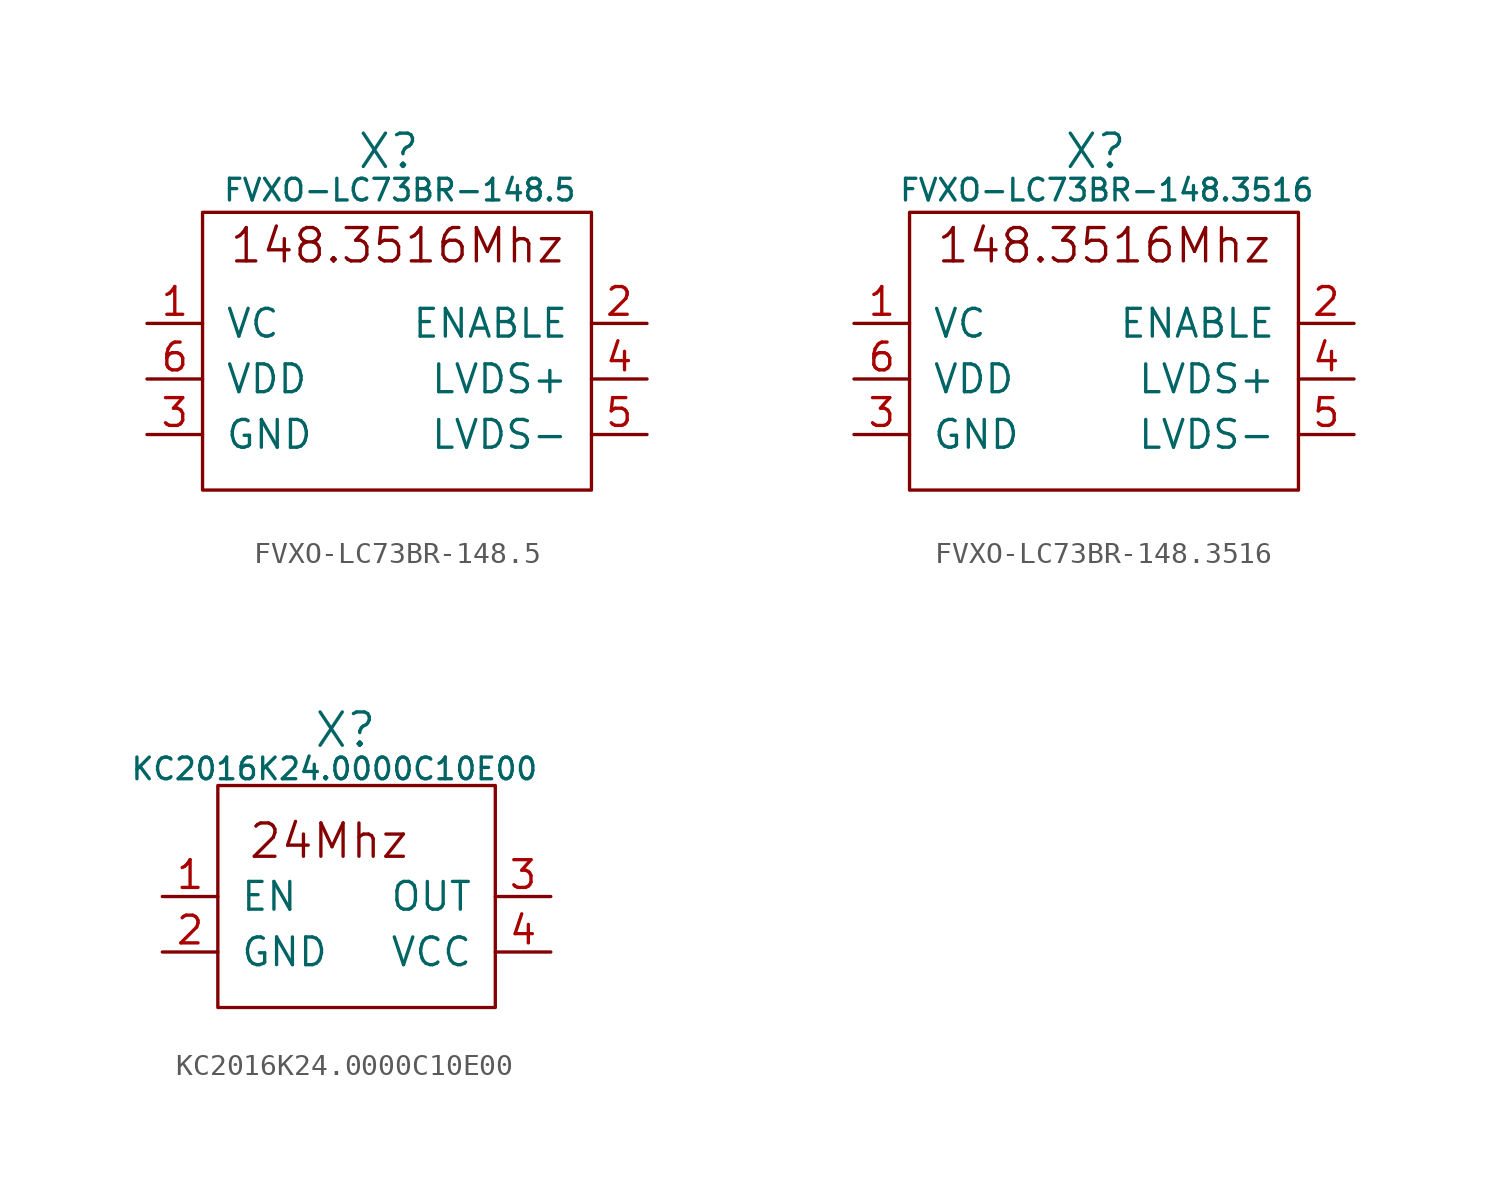
<source format=kicad_sym>
(kicad_symbol_lib
  (version 20220914)
  (generator kicad_symbol_editor)
  (symbol "FVXO-LC73BR-148.5"
    (pin_names
      (offset 1.016))
    (property "Reference" "X"
      (at 8.509 15.494 0)
      (effects (font (size 1.524 1.524))))
    (property "Value" "FVXO-LC73BR-148.5"
      (at 9.017 13.716 0)
      (effects (font (size 0.991 0.991))))
    (property "Footprint" ""
      (at 0 0 0)
      (effects (font (size 1.524 1.524))))
    (property "Datasheet" ""
      (at 0 0 0)
      (effects (font (size 1.524 1.524))))
    (symbol "FVXO-LC73BR-148.5_0_0"
      (text "148.3516Mhz" (at 8.89 11.176 0) (effects (font (size 1.524 1.524)))))
    (symbol "FVXO-LC73BR-148.5_0_1"
      (rectangle (start 0 0) (end 17.78 12.7) (stroke (width 0) (type solid)) (fill (type none))))
    (symbol "FVXO-LC73BR-148.5_1_1"
      (pin input line (at -2.54 7.62 0) (length 2.54) (name "VC" (effects (font (size 1.27 1.27)))) (number "1" (effects (font (size 1.27 1.27)))))
      (pin input line (at 20.32 7.62 180) (length 2.54) (name "ENABLE" (effects (font (size 1.27 1.27)))) (number "2" (effects (font (size 1.27 1.27)))))
      (pin power_in line (at -2.54 2.54 0) (length 2.54) (name "GND" (effects (font (size 1.27 1.27)))) (number "3" (effects (font (size 1.27 1.27)))))
      (pin output line (at 20.32 5.08 180) (length 2.54) (name "LVDS+" (effects (font (size 1.27 1.27)))) (number "4" (effects (font (size 1.27 1.27)))))
      (pin output line (at 20.32 2.54 180) (length 2.54) (name "LVDS-" (effects (font (size 1.27 1.27)))) (number "5" (effects (font (size 1.27 1.27)))))
      (pin power_in line (at -2.54 5.08 0) (length 2.54) (name "VDD" (effects (font (size 1.27 1.27)))) (number "6" (effects (font (size 1.27 1.27)))))))
  (symbol "FVXO-LC73BR-148.3516"
    (pin_names
      (offset 1.016))
    (property "Reference" "X"
      (at 8.509 15.494 0)
      (effects (font (size 1.524 1.524))))
    (property "Value" "FVXO-LC73BR-148.3516"
      (at 9.017 13.716 0)
      (effects (font (size 0.991 0.991))))
    (property "Footprint" ""
      (at 0 0 0)
      (effects (font (size 1.524 1.524))))
    (property "Datasheet" ""
      (at 0 0 0)
      (effects (font (size 1.524 1.524))))
    (symbol "FVXO-LC73BR-148.3516_0_0"
      (text "148.3516Mhz" (at 8.89 11.176 0) (effects (font (size 1.524 1.524)))))
    (symbol "FVXO-LC73BR-148.3516_0_1"
      (rectangle (start 0 0) (end 17.78 12.7) (stroke (width 0) (type solid)) (fill (type none))))
    (symbol "FVXO-LC73BR-148.3516_1_1"
      (pin input line (at -2.54 7.62 0) (length 2.54) (name "VC" (effects (font (size 1.27 1.27)))) (number "1" (effects (font (size 1.27 1.27)))))
      (pin input line (at 20.32 7.62 180) (length 2.54) (name "ENABLE" (effects (font (size 1.27 1.27)))) (number "2" (effects (font (size 1.27 1.27)))))
      (pin power_in line (at -2.54 2.54 0) (length 2.54) (name "GND" (effects (font (size 1.27 1.27)))) (number "3" (effects (font (size 1.27 1.27)))))
      (pin output line (at 20.32 5.08 180) (length 2.54) (name "LVDS+" (effects (font (size 1.27 1.27)))) (number "4" (effects (font (size 1.27 1.27)))))
      (pin output line (at 20.32 2.54 180) (length 2.54) (name "LVDS-" (effects (font (size 1.27 1.27)))) (number "5" (effects (font (size 1.27 1.27)))))
      (pin power_in line (at -2.54 5.08 0) (length 2.54) (name "VDD" (effects (font (size 1.27 1.27)))) (number "6" (effects (font (size 1.27 1.27)))))))
  (symbol "KC2016K24.0000C10E00"
    (pin_names
      (offset 1.016))
    (property "Reference" "X"
      (at 5.842 12.7 0)
      (effects (font (size 1.524 1.524))))
    (property "Value" "KC2016K24.0000C10E00"
      (at 5.334 10.922 0)
      (effects (font (size 0.991 0.991))))
    (property "Footprint" ""
      (at 0 0 0)
      (effects (font (size 1.524 1.524))))
    (property "Datasheet" ""
      (at 0 0 0)
      (effects (font (size 1.524 1.524))))
    (symbol "KC2016K24.0000C10E00_0_0"
      (text "24Mhz" (at 5.08 7.62 0) (effects (font (size 1.524 1.524)))))
    (symbol "KC2016K24.0000C10E00_0_1"
      (rectangle (start 0 0) (end 12.7 10.16) (stroke (width 0) (type solid)) (fill (type none))))
    (symbol "KC2016K24.0000C10E00_1_1"
      (pin input line (at -2.54 5.08 0) (length 2.54) (name "EN" (effects (font (size 1.27 1.27)))) (number "1" (effects (font (size 1.27 1.27)))))
      (pin power_in line (at -2.54 2.54 0) (length 2.54) (name "GND" (effects (font (size 1.27 1.27)))) (number "2" (effects (font (size 1.27 1.27)))))
      (pin output line (at 15.24 5.08 180) (length 2.54) (name "OUT" (effects (font (size 1.27 1.27)))) (number "3" (effects (font (size 1.27 1.27)))))
      (pin power_in line (at 15.24 2.54 180) (length 2.54) (name "VCC" (effects (font (size 1.27 1.27)))) (number "4" (effects (font (size 1.27 1.27))))))))
</source>
